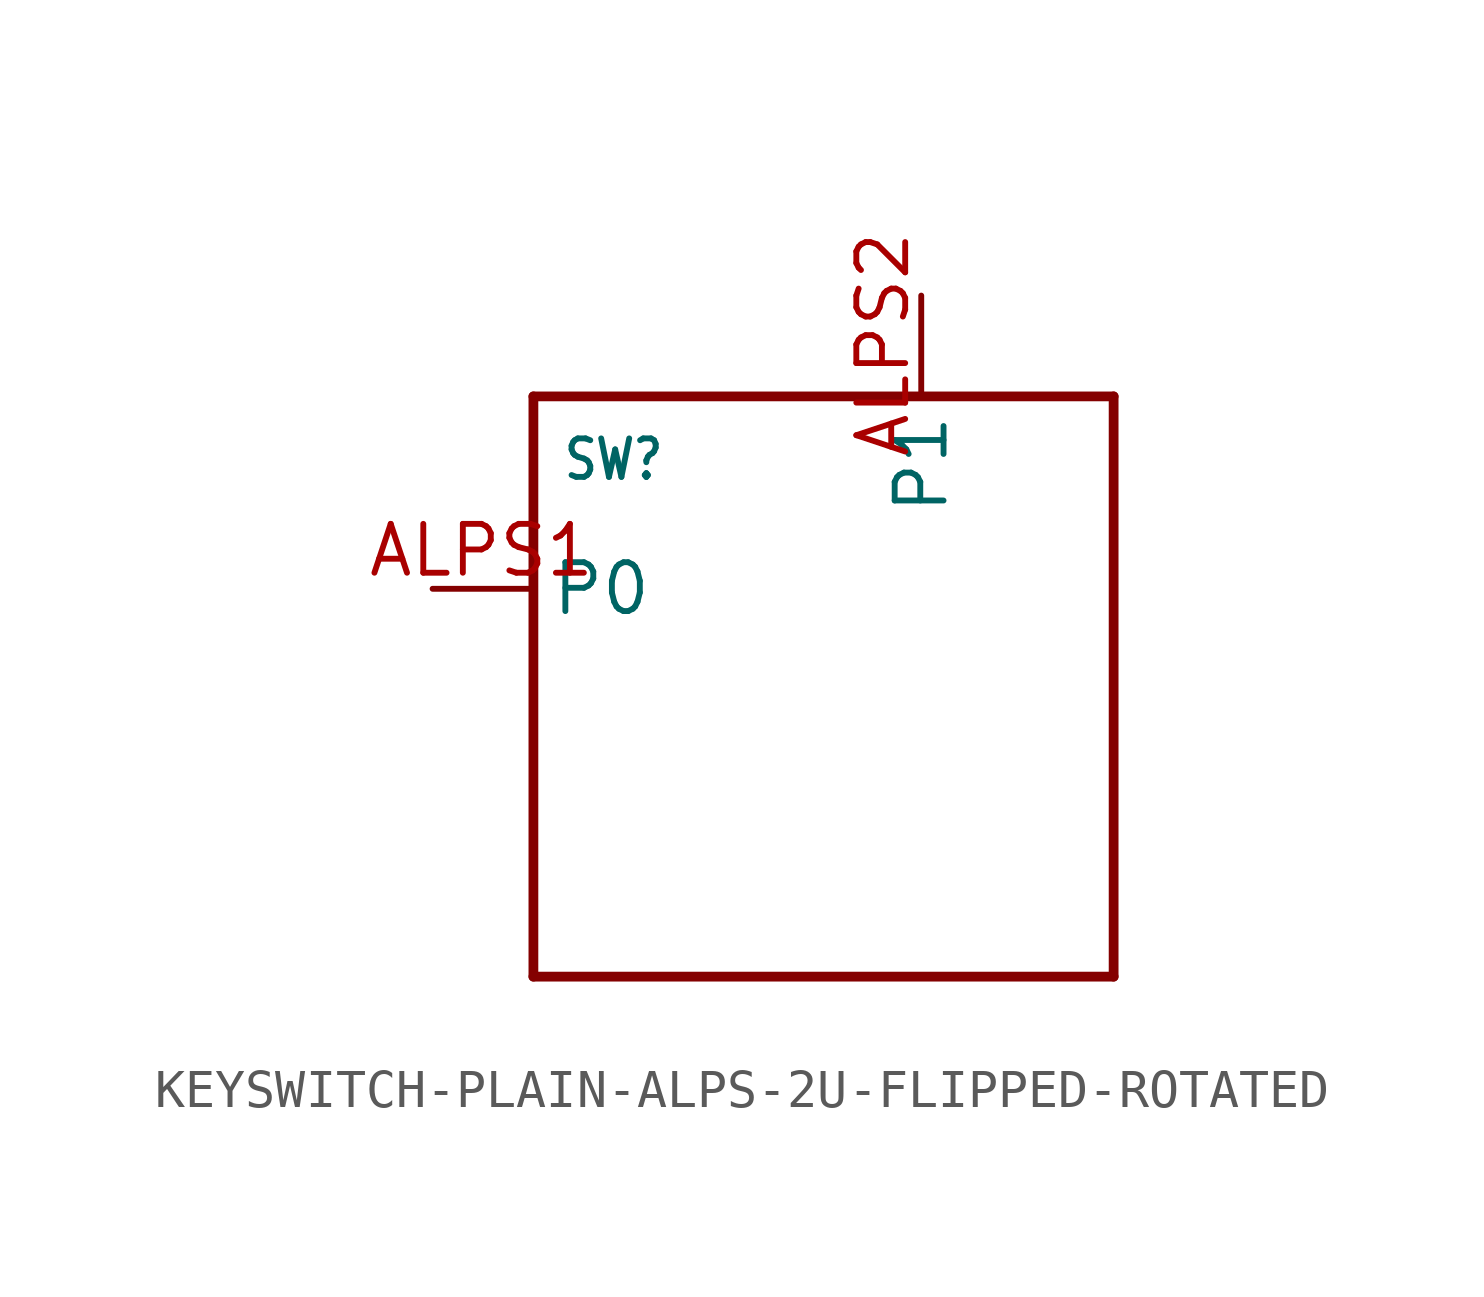
<source format=kicad_sym>
(kicad_symbol_lib
  (version 20211014)
  (generator kicad_symbol_editor)
  (symbol "KEYSWITCH-PLAIN-ALPS-2U-FLIPPED-ROTATED"
    (property "Reference" "SW"
      (at -6.81 5.318 0)
      (effects (font (size 1 0.85)) (justify left bottom)))
    (property "ki_locked" ""
      (at 0 0 0)
      (effects (font (size 1.27 1.27))))
    (symbol "KEYSWITCH-PLAIN-ALPS-2U-FLIPPED-ROTATED_1_0"
      (polyline (pts (xy -7.54 -7.54) (xy -7.54 7.54)) (stroke (width 0.254) (type default) (color 0 0 0 0)) (fill (type none)))
      (polyline (pts (xy -7.54 7.54) (xy 7.54 7.54)) (stroke (width 0.254) (type default) (color 0 0 0 0)) (fill (type none)))
      (polyline (pts (xy 7.54 -7.54) (xy -7.54 -7.54)) (stroke (width 0.254) (type default) (color 0 0 0 0)) (fill (type none)))
      (polyline (pts (xy 7.54 7.54) (xy 7.54 -7.54)) (stroke (width 0.254) (type default) (color 0 0 0 0)) (fill (type none)))
      (pin bidirectional line (at -10.16 2.54 0) (length 2.54) (name "P0" (effects (font (size 1.27 1.27)))) (number "ALPS1" (effects (font (size 1.27 1.27)))))
      (pin bidirectional line (at 2.54 10.16 270) (length 2.54) (name "P1" (effects (font (size 1.27 1.27)))) (number "ALPS2" (effects (font (size 1.27 1.27))))))))
</source>
